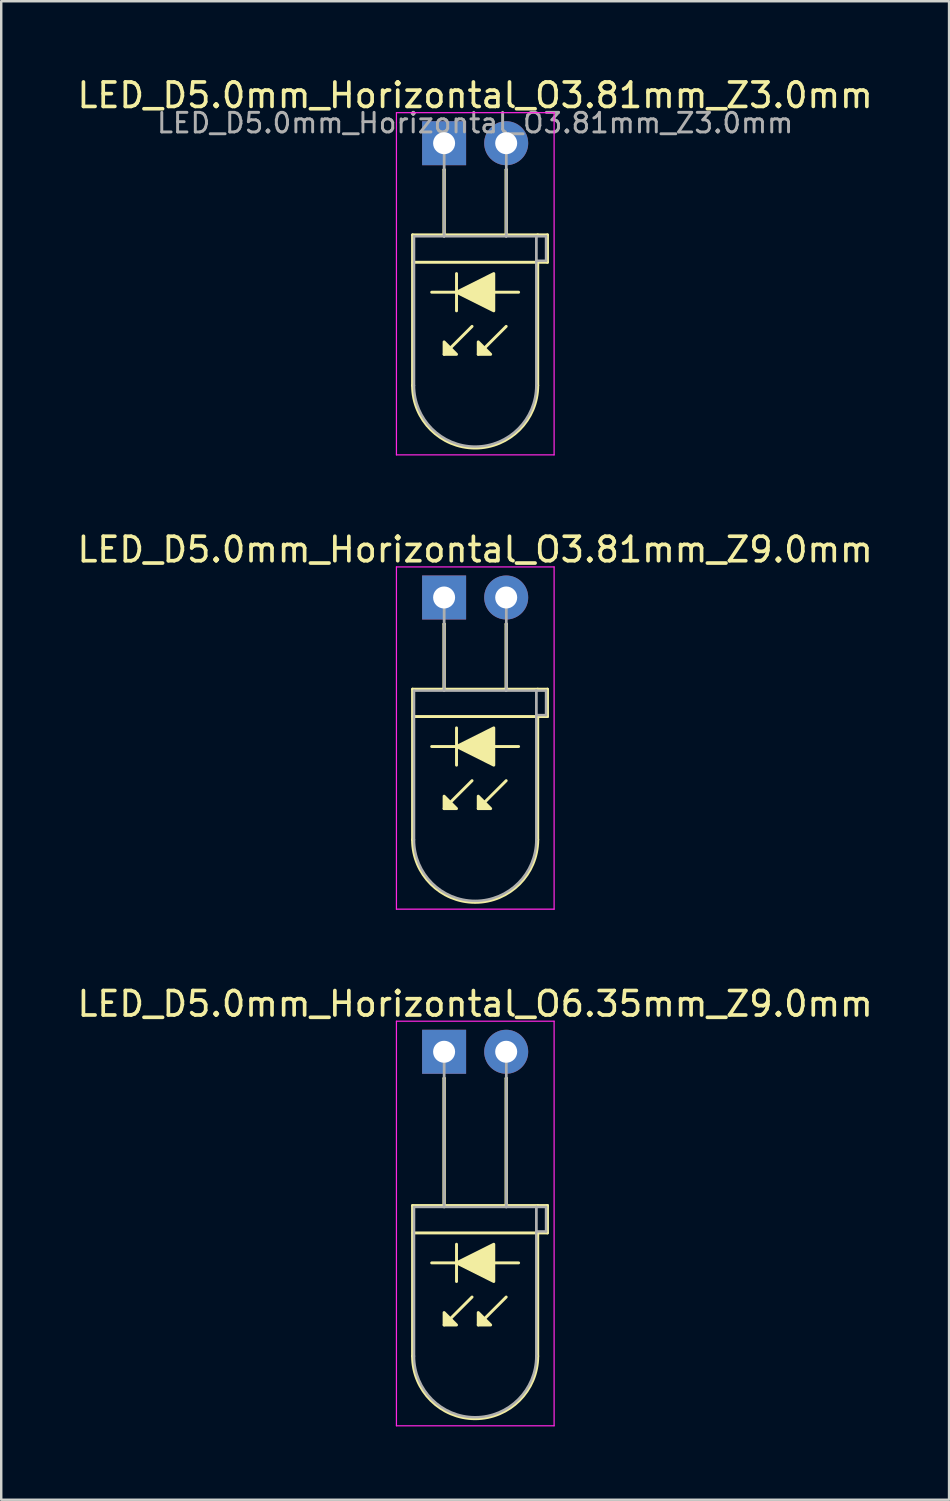
<source format=kicad_pcb>
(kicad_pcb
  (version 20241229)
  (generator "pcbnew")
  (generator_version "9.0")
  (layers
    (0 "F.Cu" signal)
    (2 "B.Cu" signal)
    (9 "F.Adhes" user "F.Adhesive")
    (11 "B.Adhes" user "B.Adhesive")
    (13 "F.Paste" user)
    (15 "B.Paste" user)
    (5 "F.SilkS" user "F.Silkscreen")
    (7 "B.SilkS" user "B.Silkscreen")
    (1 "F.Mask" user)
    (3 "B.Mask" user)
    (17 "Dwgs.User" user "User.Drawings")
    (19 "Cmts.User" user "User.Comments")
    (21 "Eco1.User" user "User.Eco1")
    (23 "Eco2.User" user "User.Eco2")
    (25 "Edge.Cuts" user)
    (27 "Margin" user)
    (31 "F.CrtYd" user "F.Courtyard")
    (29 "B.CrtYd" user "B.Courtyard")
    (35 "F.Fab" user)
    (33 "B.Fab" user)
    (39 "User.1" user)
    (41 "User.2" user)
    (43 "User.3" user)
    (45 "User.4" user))
  (footprint "LED_D5.0mm_Horizontal_O3.81mm_Z9.0mm"
    (layer "F.Cu")
    (at 15.117 21.392)
    (property "Reference" "LED_D5.0mm_Horizontal_O3.81mm_Z9.0mm" (at 1.27 -1.96 0) (layer "F.SilkS") (effects (font (size 1 1) (thickness 0.15))))
    (fp_line (start -1.29 3.75) (end -1.29 9.91) (stroke (width 0.12) (type solid)) (layer "F.SilkS"))
    (fp_line (start -1.29 3.75) (end 3.83 3.75) (stroke (width 0.12) (type solid)) (layer "F.SilkS"))
    (fp_line (start 0 1.08) (end 0 1.08) (stroke (width 0.12) (type solid)) (layer "F.SilkS"))
    (fp_line (start 0 1.08) (end 0 3.75) (stroke (width 0.12) (type solid)) (layer "F.SilkS"))
    (fp_line (start 0 3.75) (end 0 1.08) (stroke (width 0.12) (type solid)) (layer "F.SilkS"))
    (fp_line (start 0 3.75) (end 0 3.75) (stroke (width 0.12) (type solid)) (layer "F.SilkS"))
    (fp_line (start 0.508 5.334) (end 0.508 6.858) (stroke (width 0.12) (type solid)) (layer "F.SilkS"))
    (fp_line (start 0.508 6.096) (end -0.508 6.096) (stroke (width 0.12) (type solid)) (layer "F.SilkS"))
    (fp_line (start 1.143 7.493) (end 0 8.636) (stroke (width 0.12) (type solid)) (layer "F.SilkS"))
    (fp_line (start 2.54 1.08) (end 2.54 1.08) (stroke (width 0.12) (type solid)) (layer "F.SilkS"))
    (fp_line (start 2.54 1.08) (end 2.54 3.75) (stroke (width 0.12) (type solid)) (layer "F.SilkS"))
    (fp_line (start 2.54 3.75) (end 2.54 1.08) (stroke (width 0.12) (type solid)) (layer "F.SilkS"))
    (fp_line (start 2.54 3.75) (end 2.54 3.75) (stroke (width 0.12) (type solid)) (layer "F.SilkS"))
    (fp_line (start 2.54 7.493) (end 1.397 8.636) (stroke (width 0.12) (type solid)) (layer "F.SilkS"))
    (fp_line (start 3.048 6.096) (end 2.032 6.096) (stroke (width 0.12) (type solid)) (layer "F.SilkS"))
    (fp_line (start 3.83 3.75) (end 4.23 3.75) (stroke (width 0.12) (type solid)) (layer "F.SilkS"))
    (fp_line (start 3.83 4.87) (end 3.83 9.91) (stroke (width 0.12) (type solid)) (layer "F.SilkS"))
    (fp_line (start 4.23 3.75) (end 4.23 4.87) (stroke (width 0.12) (type solid)) (layer "F.SilkS"))
    (fp_line (start 4.23 4.87) (end -1.27 4.87) (stroke (width 0.12) (type solid)) (layer "F.SilkS"))
    (fp_arc (start 3.83 9.91) (mid 1.27 12.47) (end -1.29 9.91) (stroke (width 0.12) (type solid)) (layer "F.SilkS"))
    (fp_poly (pts (xy 0 8.128) (xy 0.508 8.636) (xy 0 8.636)) (stroke (width 0.12) (type solid)) (fill yes) (layer "F.SilkS"))
    (fp_poly (pts (xy 1.397 8.128) (xy 1.905 8.636) (xy 1.397 8.636)) (stroke (width 0.12) (type solid)) (fill yes) (layer "F.SilkS"))
    (fp_poly (pts (xy 2.032 6.858) (xy 0.508 6.096) (xy 2.032 5.334)) (stroke (width 0.12) (type solid)) (fill yes) (layer "F.SilkS"))
    (fp_line (start -1.95 -1.25) (end -1.95 12.75) (stroke (width 0.05) (type solid)) (layer "F.CrtYd"))
    (fp_line (start -1.95 12.75) (end 4.5 12.75) (stroke (width 0.05) (type solid)) (layer "F.CrtYd"))
    (fp_line (start 4.5 -1.25) (end -1.95 -1.25) (stroke (width 0.05) (type solid)) (layer "F.CrtYd"))
    (fp_line (start 4.5 12.75) (end 4.5 -1.25) (stroke (width 0.05) (type solid)) (layer "F.CrtYd"))
    (fp_line (start -1.23 3.81) (end -1.23 9.91) (stroke (width 0.1) (type solid)) (layer "F.Fab"))
    (fp_line (start -1.23 3.81) (end 3.77 3.81) (stroke (width 0.1) (type solid)) (layer "F.Fab"))
    (fp_line (start 0 0) (end 0 0) (stroke (width 0.1) (type solid)) (layer "F.Fab"))
    (fp_line (start 0 0) (end 0 3.81) (stroke (width 0.1) (type solid)) (layer "F.Fab"))
    (fp_line (start 0 3.81) (end 0 0) (stroke (width 0.1) (type solid)) (layer "F.Fab"))
    (fp_line (start 0 3.81) (end 0 3.81) (stroke (width 0.1) (type solid)) (layer "F.Fab"))
    (fp_line (start 2.54 0) (end 2.54 0) (stroke (width 0.1) (type solid)) (layer "F.Fab"))
    (fp_line (start 2.54 0) (end 2.54 3.81) (stroke (width 0.1) (type solid)) (layer "F.Fab"))
    (fp_line (start 2.54 3.81) (end 2.54 0) (stroke (width 0.1) (type solid)) (layer "F.Fab"))
    (fp_line (start 2.54 3.81) (end 2.54 3.81) (stroke (width 0.1) (type solid)) (layer "F.Fab"))
    (fp_line (start 3.77 3.81) (end 3.77 9.91) (stroke (width 0.1) (type solid)) (layer "F.Fab"))
    (fp_line (start 3.77 3.81) (end 4.17 3.81) (stroke (width 0.1) (type solid)) (layer "F.Fab"))
    (fp_line (start 3.77 4.81) (end 3.77 3.81) (stroke (width 0.1) (type solid)) (layer "F.Fab"))
    (fp_line (start 4.17 3.81) (end 4.17 4.81) (stroke (width 0.1) (type solid)) (layer "F.Fab"))
    (fp_line (start 4.17 4.81) (end 3.77 4.81) (stroke (width 0.1) (type solid)) (layer "F.Fab"))
    (fp_arc (start 3.77 9.91) (mid 1.27 12.41) (end -1.23 9.91) (stroke (width 0.1) (type solid)) (layer "F.Fab"))
    (pad "1" thru_hole rect (at 0 0) (size 1.8 1.8) (drill 0.9) (layers "*.Cu" "*.Mask"))
    (pad "2" thru_hole circle (at 2.54 0) (size 1.8 1.8) (drill 0.9) (layers "*.Cu" "*.Mask")))
  (footprint "LED_D5.0mm_Horizontal_O3.81mm_Z3.0mm"
    (layer "F.Cu")
    (at 15.117 2.808)
    (property "Reference" "LED_D5.0mm_Horizontal_O3.81mm_Z3.0mm" (at 1.27 -1.96 0) (layer "F.SilkS") (effects (font (size 1 1) (thickness 0.15))))
    (fp_line (start -1.29 3.75) (end -1.29 9.91) (stroke (width 0.12) (type solid)) (layer "F.SilkS"))
    (fp_line (start -1.29 3.75) (end 3.83 3.75) (stroke (width 0.12) (type solid)) (layer "F.SilkS"))
    (fp_line (start 0 1.08) (end 0 1.08) (stroke (width 0.12) (type solid)) (layer "F.SilkS"))
    (fp_line (start 0 1.08) (end 0 3.75) (stroke (width 0.12) (type solid)) (layer "F.SilkS"))
    (fp_line (start 0 3.75) (end 0 1.08) (stroke (width 0.12) (type solid)) (layer "F.SilkS"))
    (fp_line (start 0 3.75) (end 0 3.75) (stroke (width 0.12) (type solid)) (layer "F.SilkS"))
    (fp_line (start 0.508 5.334) (end 0.508 6.858) (stroke (width 0.12) (type solid)) (layer "F.SilkS"))
    (fp_line (start 0.508 6.096) (end -0.508 6.096) (stroke (width 0.12) (type solid)) (layer "F.SilkS"))
    (fp_line (start 1.143 7.493) (end 0 8.636) (stroke (width 0.12) (type solid)) (layer "F.SilkS"))
    (fp_line (start 2.54 1.08) (end 2.54 1.08) (stroke (width 0.12) (type solid)) (layer "F.SilkS"))
    (fp_line (start 2.54 1.08) (end 2.54 3.75) (stroke (width 0.12) (type solid)) (layer "F.SilkS"))
    (fp_line (start 2.54 3.75) (end 2.54 1.08) (stroke (width 0.12) (type solid)) (layer "F.SilkS"))
    (fp_line (start 2.54 3.75) (end 2.54 3.75) (stroke (width 0.12) (type solid)) (layer "F.SilkS"))
    (fp_line (start 2.54 7.493) (end 1.397 8.636) (stroke (width 0.12) (type solid)) (layer "F.SilkS"))
    (fp_line (start 3.048 6.096) (end 2.032 6.096) (stroke (width 0.12) (type solid)) (layer "F.SilkS"))
    (fp_line (start 3.83 3.75) (end 4.23 3.75) (stroke (width 0.12) (type solid)) (layer "F.SilkS"))
    (fp_line (start 3.83 4.87) (end 3.83 9.91) (stroke (width 0.12) (type solid)) (layer "F.SilkS"))
    (fp_line (start 4.23 3.75) (end 4.23 4.87) (stroke (width 0.12) (type solid)) (layer "F.SilkS"))
    (fp_line (start 4.23 4.87) (end -1.27 4.87) (stroke (width 0.12) (type solid)) (layer "F.SilkS"))
    (fp_arc (start 3.83 9.91) (mid 1.27 12.47) (end -1.29 9.91) (stroke (width 0.12) (type solid)) (layer "F.SilkS"))
    (fp_poly (pts (xy 0 8.128) (xy 0.508 8.636) (xy 0 8.636)) (stroke (width 0.12) (type solid)) (fill yes) (layer "F.SilkS"))
    (fp_poly (pts (xy 1.397 8.128) (xy 1.905 8.636) (xy 1.397 8.636)) (stroke (width 0.12) (type solid)) (fill yes) (layer "F.SilkS"))
    (fp_poly (pts (xy 2.032 6.858) (xy 0.508 6.096) (xy 2.032 5.334)) (stroke (width 0.12) (type solid)) (fill yes) (layer "F.SilkS"))
    (fp_line (start -1.95 -1.25) (end -1.95 12.75) (stroke (width 0.05) (type solid)) (layer "F.CrtYd"))
    (fp_line (start -1.95 12.75) (end 4.5 12.75) (stroke (width 0.05) (type solid)) (layer "F.CrtYd"))
    (fp_line (start 4.5 -1.25) (end -1.95 -1.25) (stroke (width 0.05) (type solid)) (layer "F.CrtYd"))
    (fp_line (start 4.5 12.75) (end 4.5 -1.25) (stroke (width 0.05) (type solid)) (layer "F.CrtYd"))
    (fp_line (start -1.23 3.81) (end -1.23 9.91) (stroke (width 0.1) (type solid)) (layer "F.Fab"))
    (fp_line (start -1.23 3.81) (end 3.77 3.81) (stroke (width 0.1) (type solid)) (layer "F.Fab"))
    (fp_line (start 0 0) (end 0 0) (stroke (width 0.1) (type solid)) (layer "F.Fab"))
    (fp_line (start 0 0) (end 0 3.81) (stroke (width 0.1) (type solid)) (layer "F.Fab"))
    (fp_line (start 0 3.81) (end 0 0) (stroke (width 0.1) (type solid)) (layer "F.Fab"))
    (fp_line (start 0 3.81) (end 0 3.81) (stroke (width 0.1) (type solid)) (layer "F.Fab"))
    (fp_line (start 2.54 0) (end 2.54 0) (stroke (width 0.1) (type solid)) (layer "F.Fab"))
    (fp_line (start 2.54 0) (end 2.54 3.81) (stroke (width 0.1) (type solid)) (layer "F.Fab"))
    (fp_line (start 2.54 3.81) (end 2.54 0) (stroke (width 0.1) (type solid)) (layer "F.Fab"))
    (fp_line (start 2.54 3.81) (end 2.54 3.81) (stroke (width 0.1) (type solid)) (layer "F.Fab"))
    (fp_line (start 3.77 3.81) (end 3.77 9.91) (stroke (width 0.1) (type solid)) (layer "F.Fab"))
    (fp_line (start 3.77 3.81) (end 4.17 3.81) (stroke (width 0.1) (type solid)) (layer "F.Fab"))
    (fp_line (start 3.77 4.81) (end 3.77 3.81) (stroke (width 0.1) (type solid)) (layer "F.Fab"))
    (fp_line (start 4.17 3.81) (end 4.17 4.81) (stroke (width 0.1) (type solid)) (layer "F.Fab"))
    (fp_line (start 4.17 4.81) (end 3.77 4.81) (stroke (width 0.1) (type solid)) (layer "F.Fab"))
    (fp_arc (start 3.77 9.91) (mid 1.27 12.41) (end -1.23 9.91) (stroke (width 0.1) (type solid)) (layer "F.Fab"))
    (fp_text user "${REFERENCE}" (at 1.27 -0.826 0) (layer "F.Fab") (effects (font (size 0.8 0.8) (thickness 0.12))))
    (pad "1" thru_hole rect (at 0 0) (size 1.8 1.8) (drill 0.9) (layers "*.Cu" "*.Mask"))
    (pad "2" thru_hole circle (at 2.54 0) (size 1.8 1.8) (drill 0.9) (layers "*.Cu" "*.Mask")))
  (footprint "LED_D5.0mm_Horizontal_O6.35mm_Z9.0mm"
    (layer "F.Cu")
    (at 15.117 39.975)
    (property "Reference" "LED_D5.0mm_Horizontal_O6.35mm_Z9.0mm" (at 1.27 -1.96 0) (layer "F.SilkS") (effects (font (size 1 1) (thickness 0.15))))
    (fp_line (start -1.29 6.29) (end -1.29 12.45) (stroke (width 0.12) (type solid)) (layer "F.SilkS"))
    (fp_line (start -1.29 6.29) (end 3.83 6.29) (stroke (width 0.12) (type solid)) (layer "F.SilkS"))
    (fp_line (start 0 1.08) (end 0 1.08) (stroke (width 0.12) (type solid)) (layer "F.SilkS"))
    (fp_line (start 0 1.08) (end 0 6.29) (stroke (width 0.12) (type solid)) (layer "F.SilkS"))
    (fp_line (start 0 6.29) (end 0 1.08) (stroke (width 0.12) (type solid)) (layer "F.SilkS"))
    (fp_line (start 0 6.29) (end 0 6.29) (stroke (width 0.12) (type solid)) (layer "F.SilkS"))
    (fp_line (start 0.508 7.874) (end 0.508 9.398) (stroke (width 0.12) (type solid)) (layer "F.SilkS"))
    (fp_line (start 0.508 8.636) (end -0.508 8.636) (stroke (width 0.12) (type solid)) (layer "F.SilkS"))
    (fp_line (start 1.143 10.033) (end 0 11.176) (stroke (width 0.12) (type solid)) (layer "F.SilkS"))
    (fp_line (start 2.54 1.08) (end 2.54 1.08) (stroke (width 0.12) (type solid)) (layer "F.SilkS"))
    (fp_line (start 2.54 1.08) (end 2.54 6.29) (stroke (width 0.12) (type solid)) (layer "F.SilkS"))
    (fp_line (start 2.54 6.29) (end 2.54 1.08) (stroke (width 0.12) (type solid)) (layer "F.SilkS"))
    (fp_line (start 2.54 6.29) (end 2.54 6.29) (stroke (width 0.12) (type solid)) (layer "F.SilkS"))
    (fp_line (start 2.54 10.033) (end 1.397 11.176) (stroke (width 0.12) (type solid)) (layer "F.SilkS"))
    (fp_line (start 3.048 8.636) (end 2.032 8.636) (stroke (width 0.12) (type solid)) (layer "F.SilkS"))
    (fp_line (start 3.83 6.29) (end 4.23 6.29) (stroke (width 0.12) (type solid)) (layer "F.SilkS"))
    (fp_line (start 3.83 7.41) (end 3.83 12.45) (stroke (width 0.12) (type solid)) (layer "F.SilkS"))
    (fp_line (start 4.23 6.29) (end 4.23 7.41) (stroke (width 0.12) (type solid)) (layer "F.SilkS"))
    (fp_line (start 4.23 7.41) (end -1.27 7.41) (stroke (width 0.12) (type solid)) (layer "F.SilkS"))
    (fp_arc (start 3.83 12.45) (mid 1.27 15.01) (end -1.29 12.45) (stroke (width 0.12) (type solid)) (layer "F.SilkS"))
    (fp_poly (pts (xy 0 10.668) (xy 0.508 11.176) (xy 0 11.176)) (stroke (width 0.12) (type solid)) (fill yes) (layer "F.SilkS"))
    (fp_poly (pts (xy 1.397 10.668) (xy 1.905 11.176) (xy 1.397 11.176)) (stroke (width 0.12) (type solid)) (fill yes) (layer "F.SilkS"))
    (fp_poly (pts (xy 2.032 9.398) (xy 0.508 8.636) (xy 2.032 7.874)) (stroke (width 0.12) (type solid)) (fill yes) (layer "F.SilkS"))
    (fp_line (start -1.95 -1.25) (end -1.95 15.3) (stroke (width 0.05) (type solid)) (layer "F.CrtYd"))
    (fp_line (start -1.95 15.3) (end 4.5 15.3) (stroke (width 0.05) (type solid)) (layer "F.CrtYd"))
    (fp_line (start 4.5 -1.25) (end -1.95 -1.25) (stroke (width 0.05) (type solid)) (layer "F.CrtYd"))
    (fp_line (start 4.5 15.3) (end 4.5 -1.25) (stroke (width 0.05) (type solid)) (layer "F.CrtYd"))
    (fp_line (start -1.23 6.35) (end -1.23 12.45) (stroke (width 0.1) (type solid)) (layer "F.Fab"))
    (fp_line (start -1.23 6.35) (end 3.77 6.35) (stroke (width 0.1) (type solid)) (layer "F.Fab"))
    (fp_line (start 0 0) (end 0 0) (stroke (width 0.1) (type solid)) (layer "F.Fab"))
    (fp_line (start 0 0) (end 0 6.35) (stroke (width 0.1) (type solid)) (layer "F.Fab"))
    (fp_line (start 0 6.35) (end 0 0) (stroke (width 0.1) (type solid)) (layer "F.Fab"))
    (fp_line (start 0 6.35) (end 0 6.35) (stroke (width 0.1) (type solid)) (layer "F.Fab"))
    (fp_line (start 2.54 0) (end 2.54 0) (stroke (width 0.1) (type solid)) (layer "F.Fab"))
    (fp_line (start 2.54 0) (end 2.54 6.35) (stroke (width 0.1) (type solid)) (layer "F.Fab"))
    (fp_line (start 2.54 6.35) (end 2.54 0) (stroke (width 0.1) (type solid)) (layer "F.Fab"))
    (fp_line (start 2.54 6.35) (end 2.54 6.35) (stroke (width 0.1) (type solid)) (layer "F.Fab"))
    (fp_line (start 3.77 6.35) (end 3.77 12.45) (stroke (width 0.1) (type solid)) (layer "F.Fab"))
    (fp_line (start 3.77 6.35) (end 4.17 6.35) (stroke (width 0.1) (type solid)) (layer "F.Fab"))
    (fp_line (start 3.77 7.35) (end 3.77 6.35) (stroke (width 0.1) (type solid)) (layer "F.Fab"))
    (fp_line (start 4.17 6.35) (end 4.17 7.35) (stroke (width 0.1) (type solid)) (layer "F.Fab"))
    (fp_line (start 4.17 7.35) (end 3.77 7.35) (stroke (width 0.1) (type solid)) (layer "F.Fab"))
    (fp_arc (start 3.77 12.45) (mid 1.27 14.95) (end -1.23 12.45) (stroke (width 0.1) (type solid)) (layer "F.Fab"))
    (pad "1" thru_hole rect (at 0 0) (size 1.8 1.8) (drill 0.9) (layers "*.Cu" "*.Mask"))
    (pad "2" thru_hole circle (at 2.54 0) (size 1.8 1.8) (drill 0.9) (layers "*.Cu" "*.Mask")))
  (gr_rect
    (start -3 -3)
    (end 35.774 58.3)
    (stroke (width 0.1) (type default))
    (fill no)
    (layer "Edge.Cuts")))
</source>
